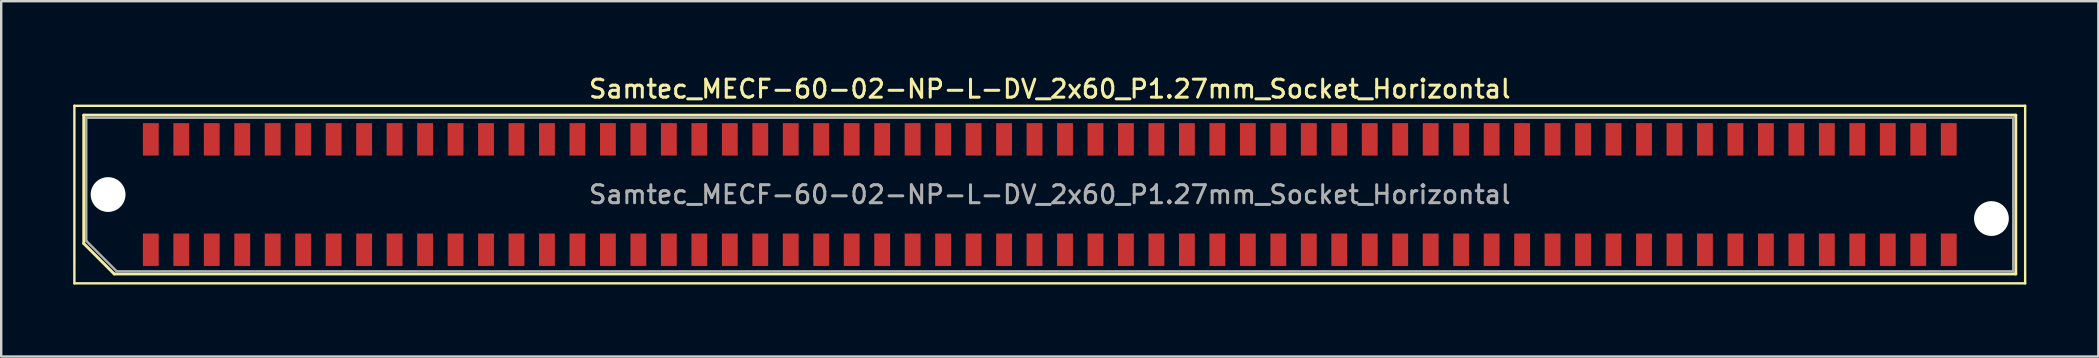
<source format=kicad_pcb>
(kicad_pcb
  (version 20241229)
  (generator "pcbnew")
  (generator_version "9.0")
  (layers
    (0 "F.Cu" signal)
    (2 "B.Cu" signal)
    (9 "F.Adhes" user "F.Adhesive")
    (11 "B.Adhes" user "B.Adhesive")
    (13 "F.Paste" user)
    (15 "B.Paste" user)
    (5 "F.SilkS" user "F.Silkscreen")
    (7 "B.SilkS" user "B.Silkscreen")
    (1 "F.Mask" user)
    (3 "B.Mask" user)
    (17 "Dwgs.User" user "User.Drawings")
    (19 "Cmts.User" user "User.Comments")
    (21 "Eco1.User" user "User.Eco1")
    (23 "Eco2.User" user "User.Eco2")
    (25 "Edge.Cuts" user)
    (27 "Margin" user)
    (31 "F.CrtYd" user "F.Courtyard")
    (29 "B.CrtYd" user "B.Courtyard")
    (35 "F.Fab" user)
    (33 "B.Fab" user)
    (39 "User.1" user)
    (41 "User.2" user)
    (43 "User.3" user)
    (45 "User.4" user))
  (footprint "Samtec_MECF-60-02-NP-L-DV_2x60_P1.27mm_Socket_Horizontal"
    (layer "F.Cu")
    (at 40.7 5.058)
    (property "Reference" "Samtec_MECF-60-02-NP-L-DV_2x60_P1.27mm_Socket_Horizontal" (at 0 -4.4 0) (layer "F.SilkS") (effects (font (size 0.75 0.75) (thickness 0.125))))
    (attr smd)
    (fp_line (start -40.65 -3.7) (end -40.65 3.7) (stroke (width 0.1) (type solid)) (layer "F.SilkS"))
    (fp_line (start -40.65 3.7) (end 40.65 3.7) (stroke (width 0.1) (type solid)) (layer "F.SilkS"))
    (fp_line (start -40.26 -3.31) (end 40.26 -3.31) (stroke (width 0.12) (type solid)) (layer "F.SilkS"))
    (fp_line (start -40.26 2.04) (end -40.26 -3.31) (stroke (width 0.12) (type solid)) (layer "F.SilkS"))
    (fp_line (start -38.99 3.31) (end -40.26 2.04) (stroke (width 0.12) (type solid)) (layer "F.SilkS"))
    (fp_line (start -38.99 3.31) (end 40.26 3.31) (stroke (width 0.12) (type solid)) (layer "F.SilkS"))
    (fp_line (start 40.26 3.31) (end 40.26 -3.31) (stroke (width 0.12) (type solid)) (layer "F.SilkS"))
    (fp_line (start 40.65 -3.7) (end -40.65 -3.7) (stroke (width 0.1) (type solid)) (layer "F.SilkS"))
    (fp_line (start 40.65 3.7) (end 40.65 -3.7) (stroke (width 0.1) (type solid)) (layer "F.SilkS"))
    (fp_line (start -40.155 -3.2) (end 40.155 -3.2) (stroke (width 0.1) (type solid)) (layer "F.Fab"))
    (fp_line (start -40.155 1.93) (end -40.155 -3.2) (stroke (width 0.1) (type solid)) (layer "F.Fab"))
    (fp_line (start -40.155 1.93) (end -38.885 3.2) (stroke (width 0.1) (type solid)) (layer "F.Fab"))
    (fp_line (start -38.885 3.2) (end 40.155 3.2) (stroke (width 0.1) (type solid)) (layer "F.Fab"))
    (fp_line (start 40.155 3.2) (end 40.155 -3.2) (stroke (width 0.1) (type solid)) (layer "F.Fab"))
    (fp_text user "${REFERENCE}" (at 0 0 0) (layer "F.Fab") (effects (font (size 0.75 0.75) (thickness 0.125))))
    (pad "" np_thru_hole circle (at -39.245 0) (size 1.45 1.45) (drill 1.45) (layers "*.Cu" "*.Mask"))
    (pad "" np_thru_hole circle (at 39.245 1) (size 1.45 1.45) (drill 1.45) (layers "*.Cu" "*.Mask"))
    (pad "1" smd rect (at -37.465 2.3) (size 0.66 1.35) (layers "F.Cu" "F.Mask" "F.Paste"))
    (pad "2" smd rect (at -37.465 -2.3) (size 0.66 1.35) (layers "F.Cu" "F.Mask" "F.Paste"))
    (pad "3" smd rect (at -36.195 2.3) (size 0.66 1.35) (layers "F.Cu" "F.Mask" "F.Paste"))
    (pad "4" smd rect (at -36.195 -2.3) (size 0.66 1.35) (layers "F.Cu" "F.Mask" "F.Paste"))
    (pad "5" smd rect (at -34.925 2.3) (size 0.66 1.35) (layers "F.Cu" "F.Mask" "F.Paste"))
    (pad "6" smd rect (at -34.925 -2.3) (size 0.66 1.35) (layers "F.Cu" "F.Mask" "F.Paste"))
    (pad "7" smd rect (at -33.655 2.3) (size 0.66 1.35) (layers "F.Cu" "F.Mask" "F.Paste"))
    (pad "8" smd rect (at -33.655 -2.3) (size 0.66 1.35) (layers "F.Cu" "F.Mask" "F.Paste"))
    (pad "9" smd rect (at -32.385 2.3) (size 0.66 1.35) (layers "F.Cu" "F.Mask" "F.Paste"))
    (pad "10" smd rect (at -32.385 -2.3) (size 0.66 1.35) (layers "F.Cu" "F.Mask" "F.Paste"))
    (pad "11" smd rect (at -31.115 2.3) (size 0.66 1.35) (layers "F.Cu" "F.Mask" "F.Paste"))
    (pad "12" smd rect (at -31.115 -2.3) (size 0.66 1.35) (layers "F.Cu" "F.Mask" "F.Paste"))
    (pad "13" smd rect (at -29.845 2.3) (size 0.66 1.35) (layers "F.Cu" "F.Mask" "F.Paste"))
    (pad "14" smd rect (at -29.845 -2.3) (size 0.66 1.35) (layers "F.Cu" "F.Mask" "F.Paste"))
    (pad "15" smd rect (at -28.575 2.3) (size 0.66 1.35) (layers "F.Cu" "F.Mask" "F.Paste"))
    (pad "16" smd rect (at -28.575 -2.3) (size 0.66 1.35) (layers "F.Cu" "F.Mask" "F.Paste"))
    (pad "17" smd rect (at -27.305 2.3) (size 0.66 1.35) (layers "F.Cu" "F.Mask" "F.Paste"))
    (pad "18" smd rect (at -27.305 -2.3) (size 0.66 1.35) (layers "F.Cu" "F.Mask" "F.Paste"))
    (pad "19" smd rect (at -26.035 2.3) (size 0.66 1.35) (layers "F.Cu" "F.Mask" "F.Paste"))
    (pad "20" smd rect (at -26.035 -2.3) (size 0.66 1.35) (layers "F.Cu" "F.Mask" "F.Paste"))
    (pad "21" smd rect (at -24.765 2.3) (size 0.66 1.35) (layers "F.Cu" "F.Mask" "F.Paste"))
    (pad "22" smd rect (at -24.765 -2.3) (size 0.66 1.35) (layers "F.Cu" "F.Mask" "F.Paste"))
    (pad "23" smd rect (at -23.495 2.3) (size 0.66 1.35) (layers "F.Cu" "F.Mask" "F.Paste"))
    (pad "24" smd rect (at -23.495 -2.3) (size 0.66 1.35) (layers "F.Cu" "F.Mask" "F.Paste"))
    (pad "25" smd rect (at -22.225 2.3) (size 0.66 1.35) (layers "F.Cu" "F.Mask" "F.Paste"))
    (pad "26" smd rect (at -22.225 -2.3) (size 0.66 1.35) (layers "F.Cu" "F.Mask" "F.Paste"))
    (pad "27" smd rect (at -20.955 2.3) (size 0.66 1.35) (layers "F.Cu" "F.Mask" "F.Paste"))
    (pad "28" smd rect (at -20.955 -2.3) (size 0.66 1.35) (layers "F.Cu" "F.Mask" "F.Paste"))
    (pad "29" smd rect (at -19.685 2.3) (size 0.66 1.35) (layers "F.Cu" "F.Mask" "F.Paste"))
    (pad "30" smd rect (at -19.685 -2.3) (size 0.66 1.35) (layers "F.Cu" "F.Mask" "F.Paste"))
    (pad "31" smd rect (at -18.415 2.3) (size 0.66 1.35) (layers "F.Cu" "F.Mask" "F.Paste"))
    (pad "32" smd rect (at -18.415 -2.3) (size 0.66 1.35) (layers "F.Cu" "F.Mask" "F.Paste"))
    (pad "33" smd rect (at -17.145 2.3) (size 0.66 1.35) (layers "F.Cu" "F.Mask" "F.Paste"))
    (pad "34" smd rect (at -17.145 -2.3) (size 0.66 1.35) (layers "F.Cu" "F.Mask" "F.Paste"))
    (pad "35" smd rect (at -15.875 2.3) (size 0.66 1.35) (layers "F.Cu" "F.Mask" "F.Paste"))
    (pad "36" smd rect (at -15.875 -2.3) (size 0.66 1.35) (layers "F.Cu" "F.Mask" "F.Paste"))
    (pad "37" smd rect (at -14.605 2.3) (size 0.66 1.35) (layers "F.Cu" "F.Mask" "F.Paste"))
    (pad "38" smd rect (at -14.605 -2.3) (size 0.66 1.35) (layers "F.Cu" "F.Mask" "F.Paste"))
    (pad "39" smd rect (at -13.335 2.3) (size 0.66 1.35) (layers "F.Cu" "F.Mask" "F.Paste"))
    (pad "40" smd rect (at -13.335 -2.3) (size 0.66 1.35) (layers "F.Cu" "F.Mask" "F.Paste"))
    (pad "41" smd rect (at -12.065 2.3) (size 0.66 1.35) (layers "F.Cu" "F.Mask" "F.Paste"))
    (pad "42" smd rect (at -12.065 -2.3) (size 0.66 1.35) (layers "F.Cu" "F.Mask" "F.Paste"))
    (pad "43" smd rect (at -10.795 2.3) (size 0.66 1.35) (layers "F.Cu" "F.Mask" "F.Paste"))
    (pad "44" smd rect (at -10.795 -2.3) (size 0.66 1.35) (layers "F.Cu" "F.Mask" "F.Paste"))
    (pad "45" smd rect (at -9.525 2.3) (size 0.66 1.35) (layers "F.Cu" "F.Mask" "F.Paste"))
    (pad "46" smd rect (at -9.525 -2.3) (size 0.66 1.35) (layers "F.Cu" "F.Mask" "F.Paste"))
    (pad "47" smd rect (at -8.255 2.3) (size 0.66 1.35) (layers "F.Cu" "F.Mask" "F.Paste"))
    (pad "48" smd rect (at -8.255 -2.3) (size 0.66 1.35) (layers "F.Cu" "F.Mask" "F.Paste"))
    (pad "49" smd rect (at -6.985 2.3) (size 0.66 1.35) (layers "F.Cu" "F.Mask" "F.Paste"))
    (pad "50" smd rect (at -6.985 -2.3) (size 0.66 1.35) (layers "F.Cu" "F.Mask" "F.Paste"))
    (pad "51" smd rect (at -5.715 2.3) (size 0.66 1.35) (layers "F.Cu" "F.Mask" "F.Paste"))
    (pad "52" smd rect (at -5.715 -2.3) (size 0.66 1.35) (layers "F.Cu" "F.Mask" "F.Paste"))
    (pad "53" smd rect (at -4.445 2.3) (size 0.66 1.35) (layers "F.Cu" "F.Mask" "F.Paste"))
    (pad "54" smd rect (at -4.445 -2.3) (size 0.66 1.35) (layers "F.Cu" "F.Mask" "F.Paste"))
    (pad "55" smd rect (at -3.175 2.3) (size 0.66 1.35) (layers "F.Cu" "F.Mask" "F.Paste"))
    (pad "56" smd rect (at -3.175 -2.3) (size 0.66 1.35) (layers "F.Cu" "F.Mask" "F.Paste"))
    (pad "57" smd rect (at -1.905 2.3) (size 0.66 1.35) (layers "F.Cu" "F.Mask" "F.Paste"))
    (pad "58" smd rect (at -1.905 -2.3) (size 0.66 1.35) (layers "F.Cu" "F.Mask" "F.Paste"))
    (pad "59" smd rect (at -0.635 2.3) (size 0.66 1.35) (layers "F.Cu" "F.Mask" "F.Paste"))
    (pad "60" smd rect (at -0.635 -2.3) (size 0.66 1.35) (layers "F.Cu" "F.Mask" "F.Paste"))
    (pad "61" smd rect (at 0.635 2.3) (size 0.66 1.35) (layers "F.Cu" "F.Mask" "F.Paste"))
    (pad "62" smd rect (at 0.635 -2.3) (size 0.66 1.35) (layers "F.Cu" "F.Mask" "F.Paste"))
    (pad "63" smd rect (at 1.905 2.3) (size 0.66 1.35) (layers "F.Cu" "F.Mask" "F.Paste"))
    (pad "64" smd rect (at 1.905 -2.3) (size 0.66 1.35) (layers "F.Cu" "F.Mask" "F.Paste"))
    (pad "65" smd rect (at 3.175 2.3) (size 0.66 1.35) (layers "F.Cu" "F.Mask" "F.Paste"))
    (pad "66" smd rect (at 3.175 -2.3) (size 0.66 1.35) (layers "F.Cu" "F.Mask" "F.Paste"))
    (pad "67" smd rect (at 4.445 2.3) (size 0.66 1.35) (layers "F.Cu" "F.Mask" "F.Paste"))
    (pad "68" smd rect (at 4.445 -2.3) (size 0.66 1.35) (layers "F.Cu" "F.Mask" "F.Paste"))
    (pad "69" smd rect (at 5.715 2.3) (size 0.66 1.35) (layers "F.Cu" "F.Mask" "F.Paste"))
    (pad "70" smd rect (at 5.715 -2.3) (size 0.66 1.35) (layers "F.Cu" "F.Mask" "F.Paste"))
    (pad "71" smd rect (at 6.985 2.3) (size 0.66 1.35) (layers "F.Cu" "F.Mask" "F.Paste"))
    (pad "72" smd rect (at 6.985 -2.3) (size 0.66 1.35) (layers "F.Cu" "F.Mask" "F.Paste"))
    (pad "73" smd rect (at 8.255 2.3) (size 0.66 1.35) (layers "F.Cu" "F.Mask" "F.Paste"))
    (pad "74" smd rect (at 8.255 -2.3) (size 0.66 1.35) (layers "F.Cu" "F.Mask" "F.Paste"))
    (pad "75" smd rect (at 9.525 2.3) (size 0.66 1.35) (layers "F.Cu" "F.Mask" "F.Paste"))
    (pad "76" smd rect (at 9.525 -2.3) (size 0.66 1.35) (layers "F.Cu" "F.Mask" "F.Paste"))
    (pad "77" smd rect (at 10.795 2.3) (size 0.66 1.35) (layers "F.Cu" "F.Mask" "F.Paste"))
    (pad "78" smd rect (at 10.795 -2.3) (size 0.66 1.35) (layers "F.Cu" "F.Mask" "F.Paste"))
    (pad "79" smd rect (at 12.065 2.3) (size 0.66 1.35) (layers "F.Cu" "F.Mask" "F.Paste"))
    (pad "80" smd rect (at 12.065 -2.3) (size 0.66 1.35) (layers "F.Cu" "F.Mask" "F.Paste"))
    (pad "81" smd rect (at 13.335 2.3) (size 0.66 1.35) (layers "F.Cu" "F.Mask" "F.Paste"))
    (pad "82" smd rect (at 13.335 -2.3) (size 0.66 1.35) (layers "F.Cu" "F.Mask" "F.Paste"))
    (pad "83" smd rect (at 14.605 2.3) (size 0.66 1.35) (layers "F.Cu" "F.Mask" "F.Paste"))
    (pad "84" smd rect (at 14.605 -2.3) (size 0.66 1.35) (layers "F.Cu" "F.Mask" "F.Paste"))
    (pad "85" smd rect (at 15.875 2.3) (size 0.66 1.35) (layers "F.Cu" "F.Mask" "F.Paste"))
    (pad "86" smd rect (at 15.875 -2.3) (size 0.66 1.35) (layers "F.Cu" "F.Mask" "F.Paste"))
    (pad "87" smd rect (at 17.145 2.3) (size 0.66 1.35) (layers "F.Cu" "F.Mask" "F.Paste"))
    (pad "88" smd rect (at 17.145 -2.3) (size 0.66 1.35) (layers "F.Cu" "F.Mask" "F.Paste"))
    (pad "89" smd rect (at 18.415 2.3) (size 0.66 1.35) (layers "F.Cu" "F.Mask" "F.Paste"))
    (pad "90" smd rect (at 18.415 -2.3) (size 0.66 1.35) (layers "F.Cu" "F.Mask" "F.Paste"))
    (pad "91" smd rect (at 19.685 2.3) (size 0.66 1.35) (layers "F.Cu" "F.Mask" "F.Paste"))
    (pad "92" smd rect (at 19.685 -2.3) (size 0.66 1.35) (layers "F.Cu" "F.Mask" "F.Paste"))
    (pad "93" smd rect (at 20.955 2.3) (size 0.66 1.35) (layers "F.Cu" "F.Mask" "F.Paste"))
    (pad "94" smd rect (at 20.955 -2.3) (size 0.66 1.35) (layers "F.Cu" "F.Mask" "F.Paste"))
    (pad "95" smd rect (at 22.225 2.3) (size 0.66 1.35) (layers "F.Cu" "F.Mask" "F.Paste"))
    (pad "96" smd rect (at 22.225 -2.3) (size 0.66 1.35) (layers "F.Cu" "F.Mask" "F.Paste"))
    (pad "97" smd rect (at 23.495 2.3) (size 0.66 1.35) (layers "F.Cu" "F.Mask" "F.Paste"))
    (pad "98" smd rect (at 23.495 -2.3) (size 0.66 1.35) (layers "F.Cu" "F.Mask" "F.Paste"))
    (pad "99" smd rect (at 24.765 2.3) (size 0.66 1.35) (layers "F.Cu" "F.Mask" "F.Paste"))
    (pad "100" smd rect (at 24.765 -2.3) (size 0.66 1.35) (layers "F.Cu" "F.Mask" "F.Paste"))
    (pad "101" smd rect (at 26.035 2.3) (size 0.66 1.35) (layers "F.Cu" "F.Mask" "F.Paste"))
    (pad "102" smd rect (at 26.035 -2.3) (size 0.66 1.35) (layers "F.Cu" "F.Mask" "F.Paste"))
    (pad "103" smd rect (at 27.305 2.3) (size 0.66 1.35) (layers "F.Cu" "F.Mask" "F.Paste"))
    (pad "104" smd rect (at 27.305 -2.3) (size 0.66 1.35) (layers "F.Cu" "F.Mask" "F.Paste"))
    (pad "105" smd rect (at 28.575 2.3) (size 0.66 1.35) (layers "F.Cu" "F.Mask" "F.Paste"))
    (pad "106" smd rect (at 28.575 -2.3) (size 0.66 1.35) (layers "F.Cu" "F.Mask" "F.Paste"))
    (pad "107" smd rect (at 29.845 2.3) (size 0.66 1.35) (layers "F.Cu" "F.Mask" "F.Paste"))
    (pad "108" smd rect (at 29.845 -2.3) (size 0.66 1.35) (layers "F.Cu" "F.Mask" "F.Paste"))
    (pad "109" smd rect (at 31.115 2.3) (size 0.66 1.35) (layers "F.Cu" "F.Mask" "F.Paste"))
    (pad "110" smd rect (at 31.115 -2.3) (size 0.66 1.35) (layers "F.Cu" "F.Mask" "F.Paste"))
    (pad "111" smd rect (at 32.385 2.3) (size 0.66 1.35) (layers "F.Cu" "F.Mask" "F.Paste"))
    (pad "112" smd rect (at 32.385 -2.3) (size 0.66 1.35) (layers "F.Cu" "F.Mask" "F.Paste"))
    (pad "113" smd rect (at 33.655 2.3) (size 0.66 1.35) (layers "F.Cu" "F.Mask" "F.Paste"))
    (pad "114" smd rect (at 33.655 -2.3) (size 0.66 1.35) (layers "F.Cu" "F.Mask" "F.Paste"))
    (pad "115" smd rect (at 34.925 2.3) (size 0.66 1.35) (layers "F.Cu" "F.Mask" "F.Paste"))
    (pad "116" smd rect (at 34.925 -2.3) (size 0.66 1.35) (layers "F.Cu" "F.Mask" "F.Paste"))
    (pad "117" smd rect (at 36.195 2.3) (size 0.66 1.35) (layers "F.Cu" "F.Mask" "F.Paste"))
    (pad "118" smd rect (at 36.195 -2.3) (size 0.66 1.35) (layers "F.Cu" "F.Mask" "F.Paste"))
    (pad "119" smd rect (at 37.465 2.3) (size 0.66 1.35) (layers "F.Cu" "F.Mask" "F.Paste"))
    (pad "120" smd rect (at 37.465 -2.3) (size 0.66 1.35) (layers "F.Cu" "F.Mask" "F.Paste")))
  (gr_rect
    (start -3 -3)
    (end 84.4 11.808)
    (stroke (width 0.1) (type default))
    (fill no)
    (layer "Edge.Cuts")))
</source>
